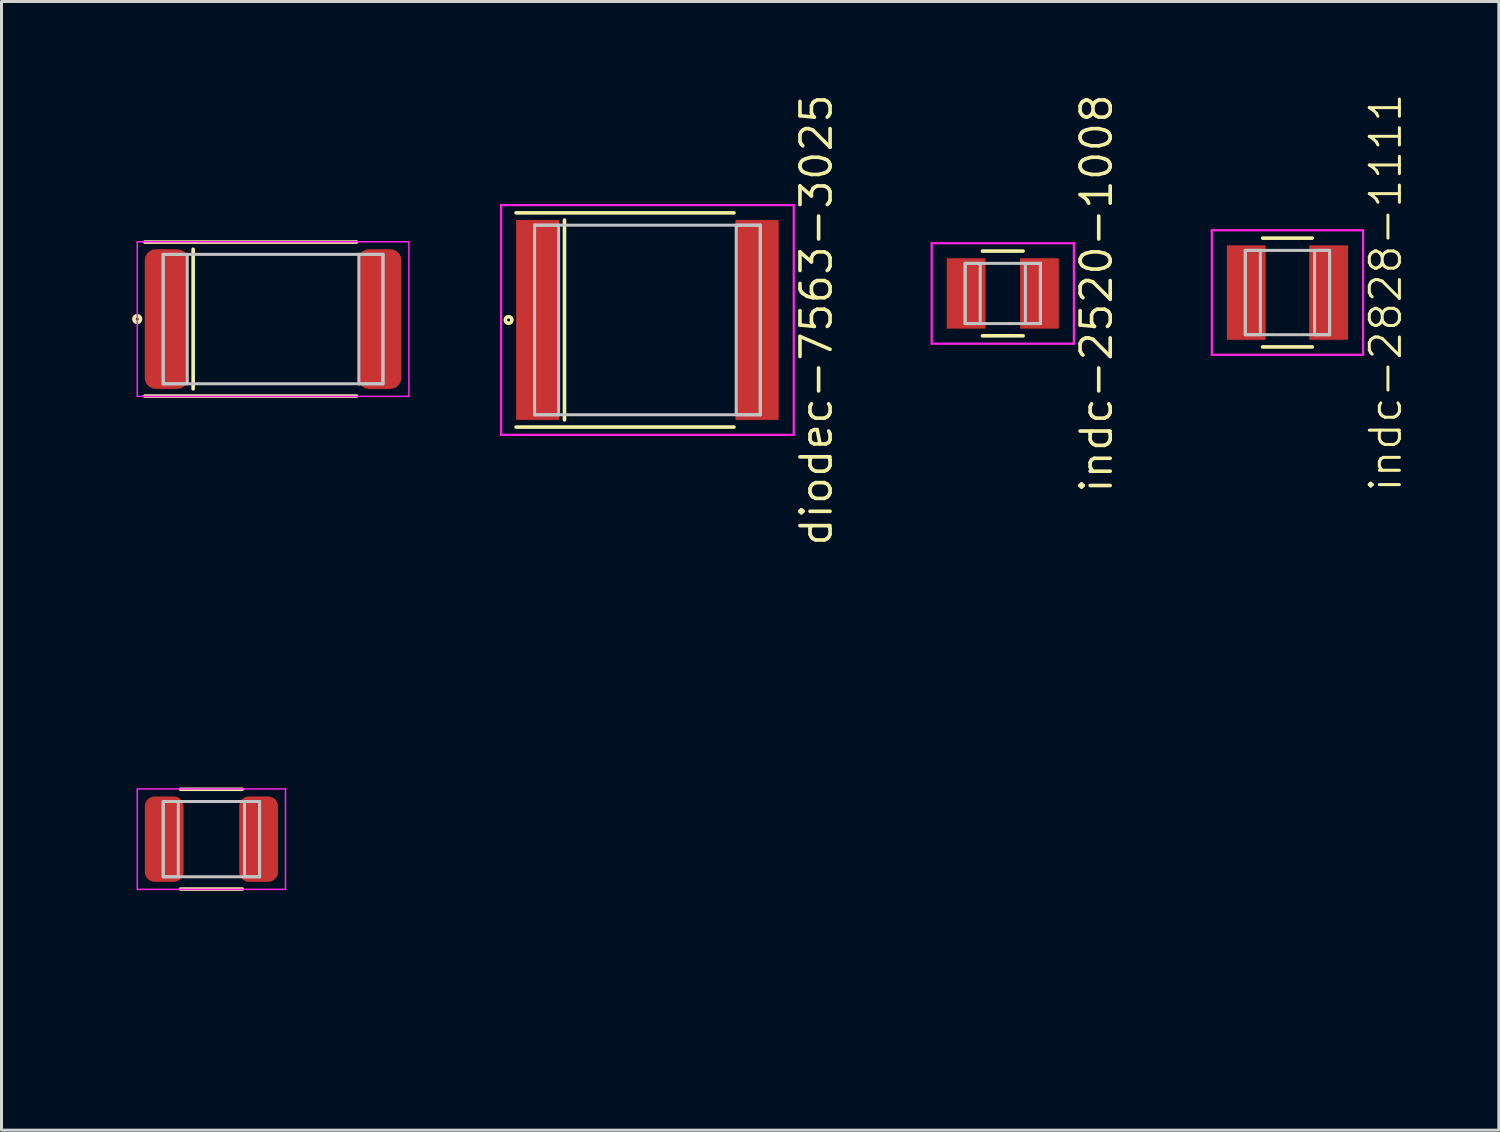
<source format=kicad_pcb>
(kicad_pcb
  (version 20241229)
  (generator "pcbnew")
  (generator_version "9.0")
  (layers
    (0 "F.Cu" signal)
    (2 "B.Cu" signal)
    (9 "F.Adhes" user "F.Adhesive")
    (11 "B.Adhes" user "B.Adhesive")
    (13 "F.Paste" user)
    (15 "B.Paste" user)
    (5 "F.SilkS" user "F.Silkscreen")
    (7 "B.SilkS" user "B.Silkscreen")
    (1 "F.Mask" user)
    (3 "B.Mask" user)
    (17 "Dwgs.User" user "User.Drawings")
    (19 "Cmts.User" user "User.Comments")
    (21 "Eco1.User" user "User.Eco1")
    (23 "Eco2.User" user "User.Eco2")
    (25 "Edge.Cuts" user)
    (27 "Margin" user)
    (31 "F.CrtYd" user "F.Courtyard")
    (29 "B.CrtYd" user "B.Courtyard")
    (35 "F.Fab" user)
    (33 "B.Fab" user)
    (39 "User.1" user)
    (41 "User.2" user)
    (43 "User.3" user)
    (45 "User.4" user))
  (footprint "diodec-7343-2917"
    (layer "F.Cu")
    (at 6.022 7.55)
    (property "Reference" "diodec-7343-2917" (at -5.262 0 90) (layer "User.1") (effects (font (size 1 1) (thickness 0.1))))
    (attr through_hole)
    (fp_line (start -4.262 -2.558) (end 2.775 -2.558) (stroke (width 0.12) (type solid)) (layer "F.SilkS"))
    (fp_line (start -4.262 2.558) (end 2.775 2.558) (stroke (width 0.12) (type solid)) (layer "F.SilkS"))
    (fp_line (start -2.655 -2.318) (end -2.655 2.318) (stroke (width 0.12) (type solid)) (layer "F.SilkS"))
    (fp_circle (center -4.512 0) (end -4.462 0) (stroke (width 0.12) (type solid)) (fill no) (layer "F.SilkS"))
    (fp_line (start -3.65 -2.15) (end -3.65 2.15) (stroke (width 0.1) (type solid)) (layer "Dwgs.User"))
    (fp_line (start -3.65 -2.15) (end -3.65 2.15) (stroke (width 0.1) (type solid)) (layer "Dwgs.User"))
    (fp_line (start -3.65 2.15) (end -2.85 2.15) (stroke (width 0.1) (type solid)) (layer "Dwgs.User"))
    (fp_line (start -3.65 2.15) (end 3.65 2.15) (stroke (width 0.1) (type solid)) (layer "Dwgs.User"))
    (fp_line (start -2.85 -2.15) (end -3.65 -2.15) (stroke (width 0.1) (type solid)) (layer "Dwgs.User"))
    (fp_line (start -2.85 2.15) (end -2.85 -2.15) (stroke (width 0.1) (type solid)) (layer "Dwgs.User"))
    (fp_line (start 2.85 -2.15) (end 2.85 2.15) (stroke (width 0.1) (type solid)) (layer "Dwgs.User"))
    (fp_line (start 2.85 2.15) (end 3.65 2.15) (stroke (width 0.1) (type solid)) (layer "Dwgs.User"))
    (fp_line (start 3.65 -2.15) (end -3.65 -2.15) (stroke (width 0.1) (type solid)) (layer "Dwgs.User"))
    (fp_line (start 3.65 -2.15) (end 2.85 -2.15) (stroke (width 0.1) (type solid)) (layer "Dwgs.User"))
    (fp_line (start 3.65 2.15) (end 3.65 -2.15) (stroke (width 0.1) (type solid)) (layer "Dwgs.User"))
    (fp_line (start 3.65 2.15) (end 3.65 -2.15) (stroke (width 0.1) (type solid)) (layer "Dwgs.User"))
    (fp_line (start -4.512 -2.568) (end -4.512 2.568) (stroke (width 0.05) (type solid)) (layer "F.CrtYd"))
    (fp_line (start -4.512 2.568) (end 4.512 2.568) (stroke (width 0.05) (type solid)) (layer "F.CrtYd"))
    (fp_line (start 4.512 -2.568) (end -4.512 -2.568) (stroke (width 0.05) (type solid)) (layer "F.CrtYd"))
    (fp_line (start 4.512 2.568) (end 4.512 -2.568) (stroke (width 0.05) (type solid)) (layer "F.CrtYd"))
    (pad "1" smd roundrect (at -3.543 0) (size 1.437 4.637) (layers "F.Cu" "F.Mask" "F.Paste") (roundrect_rratio 0.25))
    (pad "2" smd roundrect (at 3.543 0) (size 1.437 4.637) (layers "F.Cu" "F.Mask" "F.Paste") (roundrect_rratio 0.25)))
  (footprint "indc-2828-1111"
    (layer "F.Cu")
    (at 39.723 6.669)
    (property "Reference" "indc-2828-1111" (at 3.262 0 90) (layer "F.SilkS") (effects (font (size 1 1) (thickness 0.1))))
    (attr through_hole)
    (fp_line (start -0.825 -1.808) (end 0.825 -1.808) (stroke (width 0.12) (type solid)) (layer "F.SilkS"))
    (fp_line (start -0.825 1.808) (end 0.825 1.808) (stroke (width 0.12) (type solid)) (layer "F.SilkS"))
    (fp_line (start -1.4 -1.4) (end -1.4 1.4) (stroke (width 0.1) (type solid)) (layer "Dwgs.User"))
    (fp_line (start -1.4 -1.4) (end -1.4 1.4) (stroke (width 0.1) (type solid)) (layer "Dwgs.User"))
    (fp_line (start -1.4 1.4) (end -0.9 1.4) (stroke (width 0.1) (type solid)) (layer "Dwgs.User"))
    (fp_line (start -1.4 1.4) (end 1.4 1.4) (stroke (width 0.1) (type solid)) (layer "Dwgs.User"))
    (fp_line (start -0.9 -1.4) (end -1.4 -1.4) (stroke (width 0.1) (type solid)) (layer "Dwgs.User"))
    (fp_line (start -0.9 1.4) (end -0.9 -1.4) (stroke (width 0.1) (type solid)) (layer "Dwgs.User"))
    (fp_line (start 0.9 -1.4) (end 0.9 1.4) (stroke (width 0.1) (type solid)) (layer "Dwgs.User"))
    (fp_line (start 0.9 1.4) (end 1.4 1.4) (stroke (width 0.1) (type solid)) (layer "Dwgs.User"))
    (fp_line (start 1.4 -1.4) (end -1.4 -1.4) (stroke (width 0.1) (type solid)) (layer "Dwgs.User"))
    (fp_line (start 1.4 -1.4) (end 0.9 -1.4) (stroke (width 0.1) (type solid)) (layer "Dwgs.User"))
    (fp_line (start 1.4 1.4) (end 1.4 -1.4) (stroke (width 0.1) (type solid)) (layer "Dwgs.User"))
    (fp_line (start 1.4 1.4) (end 1.4 -1.4) (stroke (width 0.1) (type solid)) (layer "Dwgs.User"))
    (fp_line (start -0.75 0) (end 0.75 0) (stroke (width 0.12) (type solid)) (layer "Eco1.User"))
    (fp_line (start 0 -0.75) (end 0 0.75) (stroke (width 0.12) (type solid)) (layer "Eco1.User"))
    (fp_circle (center 0 0) (end 0.5 0) (stroke (width 0.12) (type solid)) (fill no) (layer "Eco1.User"))
    (fp_line (start -2.512 -2.068) (end -2.512 2.068) (stroke (width 0.075) (type solid)) (layer "F.CrtYd"))
    (fp_line (start -2.512 2.068) (end 2.512 2.068) (stroke (width 0.075) (type solid)) (layer "F.CrtYd"))
    (fp_line (start 2.512 -2.068) (end -2.512 -2.068) (stroke (width 0.075) (type solid)) (layer "F.CrtYd"))
    (fp_line (start 2.512 2.068) (end 2.512 -2.068) (stroke (width 0.075) (type solid)) (layer "F.CrtYd"))
    (pad "1" smd rect (at -1.368 0) (size 1.287 3.137) (layers "F.Cu" "F.Mask" "F.Paste"))
    (pad "2" smd rect (at 1.368 0) (size 1.287 3.137) (layers "F.Cu" "F.Mask" "F.Paste")))
  (footprint "indc-3225-1210"
    (layer "F.Cu")
    (at 3.973 24.829)
    (property "Reference" "indc-3225-1210" (at -3.212 0 90) (layer "User.1") (effects (font (size 1 1) (thickness 0.1))))
    (attr through_hole)
    (fp_line (start -1.025 -1.658) (end 1.025 -1.658) (stroke (width 0.12) (type solid)) (layer "F.SilkS"))
    (fp_line (start -1.025 1.658) (end 1.025 1.658) (stroke (width 0.12) (type solid)) (layer "F.SilkS"))
    (fp_line (start -1.6 -1.25) (end -1.6 1.25) (stroke (width 0.1) (type solid)) (layer "Dwgs.User"))
    (fp_line (start -1.6 -1.25) (end -1.6 1.25) (stroke (width 0.1) (type solid)) (layer "Dwgs.User"))
    (fp_line (start -1.6 1.25) (end -1.1 1.25) (stroke (width 0.1) (type solid)) (layer "Dwgs.User"))
    (fp_line (start -1.6 1.25) (end 1.6 1.25) (stroke (width 0.1) (type solid)) (layer "Dwgs.User"))
    (fp_line (start -1.1 -1.25) (end -1.6 -1.25) (stroke (width 0.1) (type solid)) (layer "Dwgs.User"))
    (fp_line (start -1.1 1.25) (end -1.1 -1.25) (stroke (width 0.1) (type solid)) (layer "Dwgs.User"))
    (fp_line (start 1.1 -1.25) (end 1.1 1.25) (stroke (width 0.1) (type solid)) (layer "Dwgs.User"))
    (fp_line (start 1.1 1.25) (end 1.6 1.25) (stroke (width 0.1) (type solid)) (layer "Dwgs.User"))
    (fp_line (start 1.6 -1.25) (end -1.6 -1.25) (stroke (width 0.1) (type solid)) (layer "Dwgs.User"))
    (fp_line (start 1.6 -1.25) (end 1.1 -1.25) (stroke (width 0.1) (type solid)) (layer "Dwgs.User"))
    (fp_line (start 1.6 1.25) (end 1.6 -1.25) (stroke (width 0.1) (type solid)) (layer "Dwgs.User"))
    (fp_line (start 1.6 1.25) (end 1.6 -1.25) (stroke (width 0.1) (type solid)) (layer "Dwgs.User"))
    (fp_line (start -2.462 -1.668) (end -2.462 1.668) (stroke (width 0.05) (type solid)) (layer "F.CrtYd"))
    (fp_line (start -2.462 1.668) (end 2.462 1.668) (stroke (width 0.05) (type solid)) (layer "F.CrtYd"))
    (fp_line (start 2.462 -1.668) (end -2.462 -1.668) (stroke (width 0.05) (type solid)) (layer "F.CrtYd"))
    (fp_line (start 2.462 1.668) (end 2.462 -1.668) (stroke (width 0.05) (type solid)) (layer "F.CrtYd"))
    (pad "1" smd roundrect (at -1.568 0) (size 1.287 2.837) (layers "F.Cu" "F.Mask" "F.Paste") (roundrect_rratio 0.25))
    (pad "2" smd roundrect (at 1.568 0) (size 1.287 2.837) (layers "F.Cu" "F.Mask" "F.Paste") (roundrect_rratio 0.25)))
  (footprint "indc-2520-1008"
    (layer "F.Cu")
    (at 30.266 6.699)
    (property "Reference" "indc-2520-1008" (at 3.112 0 90) (layer "F.SilkS") (effects (font (size 1 1) (thickness 0.12))))
    (attr through_hole)
    (fp_line (start -0.675 -1.408) (end 0.675 -1.408) (stroke (width 0.12) (type solid)) (layer "F.SilkS"))
    (fp_line (start -0.675 1.408) (end 0.675 1.408) (stroke (width 0.12) (type solid)) (layer "F.SilkS"))
    (fp_line (start -1.25 -1) (end -1.25 1) (stroke (width 0.1) (type solid)) (layer "Dwgs.User"))
    (fp_line (start -1.25 -1) (end -1.25 1) (stroke (width 0.1) (type solid)) (layer "Dwgs.User"))
    (fp_line (start -1.25 1) (end -0.75 1) (stroke (width 0.1) (type solid)) (layer "Dwgs.User"))
    (fp_line (start -1.25 1) (end 1.25 1) (stroke (width 0.1) (type solid)) (layer "Dwgs.User"))
    (fp_line (start -0.75 -1) (end -1.25 -1) (stroke (width 0.1) (type solid)) (layer "Dwgs.User"))
    (fp_line (start -0.75 1) (end -0.75 -1) (stroke (width 0.1) (type solid)) (layer "Dwgs.User"))
    (fp_line (start 0.75 -1) (end 0.75 1) (stroke (width 0.1) (type solid)) (layer "Dwgs.User"))
    (fp_line (start 0.75 1) (end 1.25 1) (stroke (width 0.1) (type solid)) (layer "Dwgs.User"))
    (fp_line (start 1.25 -1) (end -1.25 -1) (stroke (width 0.1) (type solid)) (layer "Dwgs.User"))
    (fp_line (start 1.25 -1) (end 0.75 -1) (stroke (width 0.1) (type solid)) (layer "Dwgs.User"))
    (fp_line (start 1.25 1) (end 1.25 -1) (stroke (width 0.1) (type solid)) (layer "Dwgs.User"))
    (fp_line (start 1.25 1) (end 1.25 -1) (stroke (width 0.1) (type solid)) (layer "Dwgs.User"))
    (fp_line (start -0.75 0) (end 0.75 0) (stroke (width 0.12) (type solid)) (layer "Eco1.User"))
    (fp_line (start 0 -0.75) (end 0 0.75) (stroke (width 0.12) (type solid)) (layer "Eco1.User"))
    (fp_circle (center 0 0) (end 0.5 0) (stroke (width 0.12) (type solid)) (fill no) (layer "Eco1.User"))
    (fp_line (start -2.362 -1.668) (end -2.362 1.668) (stroke (width 0.075) (type solid)) (layer "F.CrtYd"))
    (fp_line (start -2.362 1.668) (end 2.362 1.668) (stroke (width 0.075) (type solid)) (layer "F.CrtYd"))
    (fp_line (start 2.362 -1.668) (end -2.362 -1.668) (stroke (width 0.075) (type solid)) (layer "F.CrtYd"))
    (fp_line (start 2.362 1.668) (end 2.362 -1.668) (stroke (width 0.075) (type solid)) (layer "F.CrtYd"))
    (pad "1" smd rect (at -1.218 0) (size 1.287 2.337) (layers "F.Cu" "F.Mask" "F.Paste"))
    (pad "2" smd rect (at 1.218 0) (size 1.287 2.337) (layers "F.Cu" "F.Mask" "F.Paste")))
  (footprint "diodec-7563-3025"
    (layer "F.Cu")
    (at 18.459 7.58)
    (property "Reference" "diodec-7563-3025" (at 5.612 0 90) (layer "F.SilkS") (effects (font (size 1 1) (thickness 0.12))))
    (attr through_hole)
    (fp_line (start -4.362 -3.558) (end 2.875 -3.558) (stroke (width 0.12) (type solid)) (layer "F.SilkS"))
    (fp_line (start -4.362 3.558) (end 2.875 3.558) (stroke (width 0.12) (type solid)) (layer "F.SilkS"))
    (fp_line (start -2.755 -3.318) (end -2.755 3.318) (stroke (width 0.12) (type solid)) (layer "F.SilkS"))
    (fp_circle (center -4.612 0) (end -4.562 0) (stroke (width 0.12) (type solid)) (fill no) (layer "F.SilkS"))
    (fp_line (start -3.75 -3.15) (end -3.75 3.15) (stroke (width 0.1) (type solid)) (layer "Dwgs.User"))
    (fp_line (start -3.75 -3.15) (end -3.75 3.15) (stroke (width 0.1) (type solid)) (layer "Dwgs.User"))
    (fp_line (start -3.75 3.15) (end -2.95 3.15) (stroke (width 0.1) (type solid)) (layer "Dwgs.User"))
    (fp_line (start -3.75 3.15) (end 3.75 3.15) (stroke (width 0.1) (type solid)) (layer "Dwgs.User"))
    (fp_line (start -2.95 -3.15) (end -3.75 -3.15) (stroke (width 0.1) (type solid)) (layer "Dwgs.User"))
    (fp_line (start -2.95 3.15) (end -2.95 -3.15) (stroke (width 0.1) (type solid)) (layer "Dwgs.User"))
    (fp_line (start 2.95 -3.15) (end 2.95 3.15) (stroke (width 0.1) (type solid)) (layer "Dwgs.User"))
    (fp_line (start 2.95 3.15) (end 3.75 3.15) (stroke (width 0.1) (type solid)) (layer "Dwgs.User"))
    (fp_line (start 3.75 -3.15) (end -3.75 -3.15) (stroke (width 0.1) (type solid)) (layer "Dwgs.User"))
    (fp_line (start 3.75 -3.15) (end 2.95 -3.15) (stroke (width 0.1) (type solid)) (layer "Dwgs.User"))
    (fp_line (start 3.75 3.15) (end 3.75 -3.15) (stroke (width 0.1) (type solid)) (layer "Dwgs.User"))
    (fp_line (start 3.75 3.15) (end 3.75 -3.15) (stroke (width 0.1) (type solid)) (layer "Dwgs.User"))
    (fp_line (start -4.862 -3.818) (end -4.862 3.818) (stroke (width 0.075) (type solid)) (layer "F.CrtYd"))
    (fp_line (start -4.862 3.818) (end 4.862 3.818) (stroke (width 0.075) (type solid)) (layer "F.CrtYd"))
    (fp_line (start 4.862 -3.818) (end -4.862 -3.818) (stroke (width 0.075) (type solid)) (layer "F.CrtYd"))
    (fp_line (start 4.862 3.818) (end 4.862 -3.818) (stroke (width 0.075) (type solid)) (layer "F.CrtYd"))
    (pad "1" smd rect (at -3.643 0) (size 1.437 6.637) (layers "F.Cu" "F.Mask" "F.Paste"))
    (pad "2" smd rect (at 3.643 0) (size 1.437 6.637) (layers "F.Cu" "F.Mask" "F.Paste")))
  (gr_rect
    (start -3 -3)
    (end 46.746 34.498)
    (stroke (width 0.1) (type default))
    (fill no)
    (layer "Edge.Cuts")))
</source>
